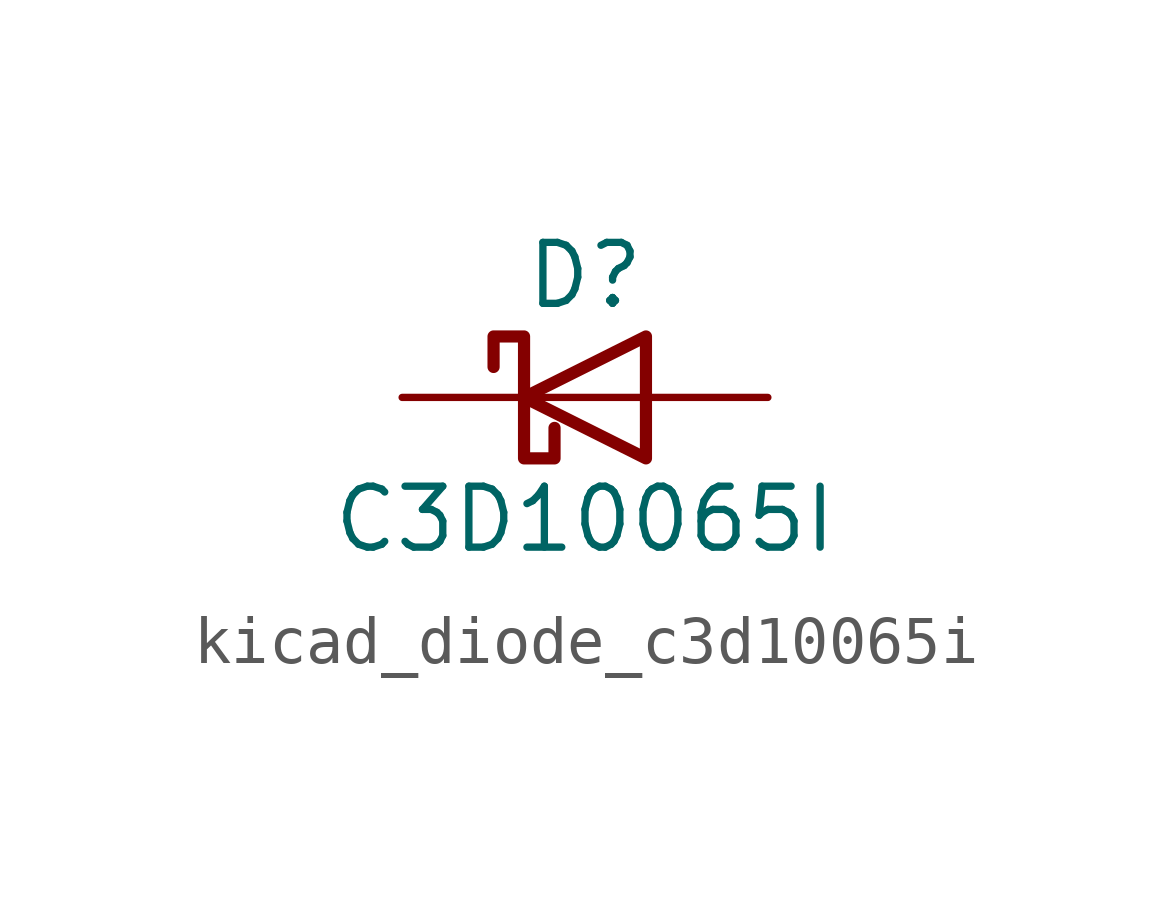
<source format=kicad_sym>
(kicad_symbol_lib
  (version 20220914)
  (generator kicad_symbol_editor)
  (symbol "kicad_diode_c3d10065i"
    (pin_numbers hide)
    (pin_names
      (offset 1.016) hide)
    (property "Reference" "D"
      (at 0 2.54 0)
      (effects (font (size 1.27 1.27))))
    (property "Value" "C3D10065I"
      (at 0 -2.54 0)
      (effects (font (size 1.27 1.27))))
    (symbol "kicad_diode_c3d10065i_0_1"
      (polyline (pts (xy 1.27 0) (xy -1.27 0)) (stroke (width 0) (type default)) (fill (type none)))
      (polyline (pts (xy 1.27 1.27) (xy 1.27 -1.27) (xy -1.27 0) (xy 1.27 1.27)) (stroke (width 0.254) (type default)) (fill (type none)))
      (polyline (pts (xy -1.905 0.635) (xy -1.905 1.27) (xy -1.27 1.27) (xy -1.27 -1.27) (xy -0.635 -1.27) (xy -0.635 -0.635)) (stroke (width 0.254) (type default)) (fill (type none))))
    (symbol "kicad_diode_c3d10065i_1_1"
      (pin passive line (at -3.81 0 0) (length 2.54) (name "K" (effects (font (size 1.27 1.27)))) (number "1" (effects (font (size 1.27 1.27)))))
      (pin passive line (at 3.81 0 180) (length 2.54) (name "A" (effects (font (size 1.27 1.27)))) (number "2" (effects (font (size 1.27 1.27))))))))
</source>
